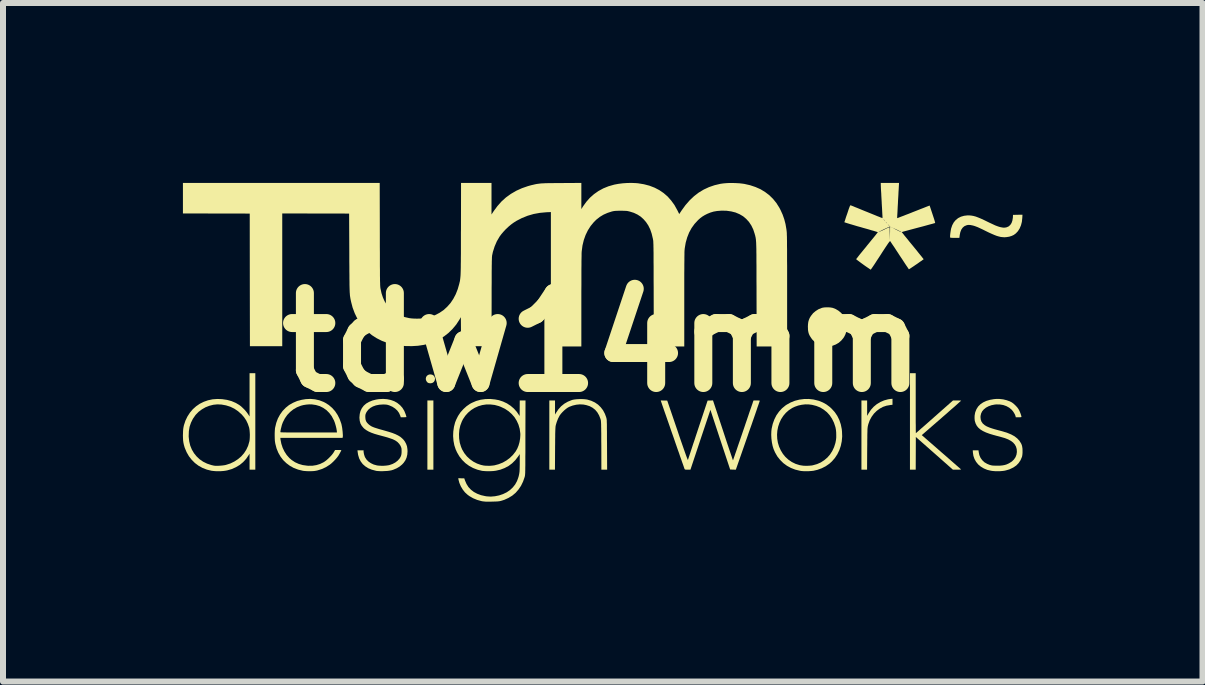
<source format=kicad_pcb>
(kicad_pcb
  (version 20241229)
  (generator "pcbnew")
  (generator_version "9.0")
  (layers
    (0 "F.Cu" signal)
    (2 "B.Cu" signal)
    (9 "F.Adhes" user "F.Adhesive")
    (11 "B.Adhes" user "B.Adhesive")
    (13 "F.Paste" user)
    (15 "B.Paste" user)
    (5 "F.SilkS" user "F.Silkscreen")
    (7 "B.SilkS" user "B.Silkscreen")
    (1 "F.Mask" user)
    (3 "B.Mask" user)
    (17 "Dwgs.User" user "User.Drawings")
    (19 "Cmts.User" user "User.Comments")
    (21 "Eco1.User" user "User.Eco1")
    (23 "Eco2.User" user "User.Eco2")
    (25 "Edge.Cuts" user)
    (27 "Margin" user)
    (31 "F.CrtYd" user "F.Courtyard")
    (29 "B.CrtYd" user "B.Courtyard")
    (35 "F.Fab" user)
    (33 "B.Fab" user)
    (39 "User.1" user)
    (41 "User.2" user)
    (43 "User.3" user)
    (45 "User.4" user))
  (footprint "tdw14mm"
    (layer "F.Cu")
    (at 6.998 2.658)
    (property "Reference" "tdw14mm" (at 0 0 0) (layer "F.SilkS") (effects (font (size 1.5 1.5) (thickness 0.3))))
    (attr board_only exclude_from_pos_files exclude_from_bom)
    (fp_poly (pts (xy -2.822 1.546) (xy -2.822 2.123) (xy -2.872 2.123) (xy -2.922 2.123) (xy -2.922 1.546) (xy -2.922 0.969) (xy -2.872 0.969) (xy -2.822 0.969)) (stroke (width 0) (type solid)) (fill yes) (layer "F.SilkS"))
    (fp_poly (pts (xy -2.843 0.539) (xy -2.82 0.552) (xy -2.804 0.572) (xy -2.796 0.597) (xy -2.795 0.609) (xy -2.8 0.636) (xy -2.813 0.658) (xy -2.833 0.674) (xy -2.86 0.682) (xy -2.872 0.683) (xy -2.897 0.68) (xy -2.915 0.673) (xy -2.931 0.657) (xy -2.943 0.636) (xy -2.949 0.612) (xy -2.949 0.609) (xy -2.944 0.581) (xy -2.931 0.559) (xy -2.91 0.543) (xy -2.884 0.535) (xy -2.872 0.535)) (stroke (width 0) (type solid)) (fill yes) (layer "F.SilkS"))
    (fp_poly (pts (xy 4.833 0.991) (xy 4.833 1.041) (xy 4.798 1.045) (xy 4.734 1.056) (xy 4.674 1.076) (xy 4.619 1.106) (xy 4.568 1.144) (xy 4.523 1.189) (xy 4.485 1.241) (xy 4.453 1.3) (xy 4.43 1.364) (xy 4.423 1.392) (xy 4.421 1.401) (xy 4.419 1.412) (xy 4.418 1.424) (xy 4.416 1.44) (xy 4.415 1.459) (xy 4.415 1.483) (xy 4.414 1.512) (xy 4.413 1.548) (xy 4.413 1.591) (xy 4.412 1.642) (xy 4.412 1.702) (xy 4.411 1.771) (xy 4.411 1.777) (xy 4.409 2.123) (xy 4.362 2.123) (xy 4.315 2.123) (xy 4.315 1.546) (xy 4.315 0.969) (xy 4.362 0.969) (xy 4.41 0.969) (xy 4.41 1.097) (xy 4.41 1.226) (xy 4.435 1.182) (xy 4.473 1.125) (xy 4.519 1.074) (xy 4.572 1.03) (xy 4.63 0.995) (xy 4.693 0.968) (xy 4.759 0.95) (xy 4.798 0.944) (xy 4.833 0.941)) (stroke (width 0) (type solid)) (fill yes) (layer "F.SilkS"))
    (fp_poly (pts (xy 3.767 -0.584) (xy 3.801 -0.581) (xy 3.83 -0.576) (xy 3.835 -0.575) (xy 3.886 -0.555) (xy 3.933 -0.527) (xy 3.974 -0.493) (xy 4.009 -0.454) (xy 4.029 -0.421) (xy 4.045 -0.389) (xy 4.056 -0.361) (xy 4.063 -0.335) (xy 4.067 -0.307) (xy 4.068 -0.274) (xy 4.068 -0.259) (xy 4.066 -0.212) (xy 4.06 -0.172) (xy 4.049 -0.136) (xy 4.032 -0.101) (xy 4.017 -0.076) (xy 3.98 -0.031) (xy 3.937 0.007) (xy 3.887 0.036) (xy 3.838 0.055) (xy 3.81 0.061) (xy 3.777 0.065) (xy 3.741 0.066) (xy 3.709 0.065) (xy 3.691 0.063) (xy 3.633 0.048) (xy 3.581 0.024) (xy 3.534 -0.009) (xy 3.493 -0.05) (xy 3.474 -0.077) (xy 3.453 -0.11) (xy 3.439 -0.14) (xy 3.43 -0.171) (xy 3.424 -0.206) (xy 3.423 -0.248) (xy 3.422 -0.257) (xy 3.424 -0.302) (xy 3.429 -0.341) (xy 3.439 -0.375) (xy 3.453 -0.408) (xy 3.474 -0.442) (xy 3.475 -0.443) (xy 3.509 -0.486) (xy 3.552 -0.522) (xy 3.599 -0.552) (xy 3.651 -0.573) (xy 3.669 -0.578) (xy 3.697 -0.582) (xy 3.731 -0.584)) (stroke (width 0) (type solid)) (fill yes) (layer "F.SilkS"))
    (fp_poly (pts (xy 5.22 1.014) (xy 5.22 1.086) (xy 5.22 1.154) (xy 5.22 1.219) (xy 5.22 1.28) (xy 5.22 1.335) (xy 5.221 1.384) (xy 5.221 1.426) (xy 5.221 1.461) (xy 5.222 1.488) (xy 5.222 1.505) (xy 5.222 1.514) (xy 5.222 1.514) (xy 5.227 1.511) (xy 5.238 1.501) (xy 5.257 1.485) (xy 5.281 1.464) (xy 5.311 1.437) (xy 5.346 1.407) (xy 5.385 1.373) (xy 5.428 1.335) (xy 5.473 1.295) (xy 5.522 1.252) (xy 5.533 1.242) (xy 5.842 0.969) (xy 5.909 0.969) (xy 5.935 0.969) (xy 5.956 0.97) (xy 5.97 0.971) (xy 5.977 0.973) (xy 5.977 0.973) (xy 5.973 0.977) (xy 5.961 0.987) (xy 5.943 1.003) (xy 5.919 1.025) (xy 5.889 1.052) (xy 5.854 1.083) (xy 5.814 1.117) (xy 5.771 1.155) (xy 5.725 1.196) (xy 5.675 1.239) (xy 5.649 1.262) (xy 5.321 1.547) (xy 5.592 1.783) (xy 5.656 1.839) (xy 5.713 1.888) (xy 5.762 1.931) (xy 5.805 1.969) (xy 5.842 2.001) (xy 5.873 2.028) (xy 5.899 2.051) (xy 5.92 2.069) (xy 5.937 2.084) (xy 5.951 2.096) (xy 5.961 2.105) (xy 5.968 2.111) (xy 5.972 2.116) (xy 5.975 2.118) (xy 5.976 2.12) (xy 5.977 2.121) (xy 5.977 2.121) (xy 5.972 2.121) (xy 5.958 2.122) (xy 5.938 2.123) (xy 5.913 2.123) (xy 5.908 2.123) (xy 5.84 2.123) (xy 5.531 1.85) (xy 5.222 1.578) (xy 5.221 1.85) (xy 5.22 2.123) (xy 5.172 2.123) (xy 5.124 2.123) (xy 5.124 1.318) (xy 5.124 0.514) (xy 5.172 0.514) (xy 5.22 0.514)) (stroke (width 0) (type solid)) (fill yes) (layer "F.SilkS"))
    (fp_poly (pts (xy 6.997 -2.074) (xy 6.99 -2.009) (xy 6.975 -1.951) (xy 6.953 -1.899) (xy 6.924 -1.853) (xy 6.889 -1.816) (xy 6.855 -1.791) (xy 6.821 -1.775) (xy 6.78 -1.762) (xy 6.737 -1.755) (xy 6.7 -1.752) (xy 6.669 -1.754) (xy 6.639 -1.757) (xy 6.606 -1.765) (xy 6.571 -1.775) (xy 6.532 -1.79) (xy 6.488 -1.809) (xy 6.437 -1.832) (xy 6.384 -1.858) (xy 6.334 -1.883) (xy 6.291 -1.903) (xy 6.254 -1.92) (xy 6.223 -1.932) (xy 6.195 -1.942) (xy 6.169 -1.949) (xy 6.163 -1.95) (xy 6.133 -1.956) (xy 6.11 -1.958) (xy 6.088 -1.957) (xy 6.065 -1.951) (xy 6.062 -1.95) (xy 6.029 -1.935) (xy 6.002 -1.911) (xy 5.98 -1.879) (xy 5.964 -1.838) (xy 5.954 -1.79) (xy 5.954 -1.789) (xy 5.948 -1.742) (xy 5.872 -1.742) (xy 5.842 -1.742) (xy 5.82 -1.743) (xy 5.806 -1.744) (xy 5.797 -1.746) (xy 5.794 -1.749) (xy 5.793 -1.749) (xy 5.793 -1.759) (xy 5.793 -1.776) (xy 5.795 -1.799) (xy 5.798 -1.825) (xy 5.802 -1.851) (xy 5.806 -1.876) (xy 5.81 -1.896) (xy 5.81 -1.897) (xy 5.829 -1.953) (xy 5.855 -2.001) (xy 5.888 -2.04) (xy 5.928 -2.072) (xy 5.974 -2.095) (xy 6.026 -2.11) (xy 6.083 -2.117) (xy 6.119 -2.116) (xy 6.151 -2.113) (xy 6.184 -2.107) (xy 6.221 -2.097) (xy 6.261 -2.082) (xy 6.307 -2.063) (xy 6.359 -2.039) (xy 6.396 -2.021) (xy 6.445 -1.997) (xy 6.486 -1.978) (xy 6.52 -1.962) (xy 6.548 -1.949) (xy 6.572 -1.94) (xy 6.594 -1.932) (xy 6.613 -1.926) (xy 6.631 -1.921) (xy 6.662 -1.915) (xy 6.686 -1.912) (xy 6.708 -1.913) (xy 6.73 -1.917) (xy 6.738 -1.919) (xy 6.771 -1.934) (xy 6.797 -1.958) (xy 6.818 -1.99) (xy 6.832 -2.031) (xy 6.84 -2.08) (xy 6.841 -2.099) (xy 6.842 -2.125) (xy 6.921 -2.127) (xy 7 -2.128)) (stroke (width 0) (type solid)) (fill yes) (layer "F.SilkS"))
    (fp_poly (pts (xy -0.303 0.948) (xy -0.269 0.952) (xy -0.257 0.954) (xy -0.19 0.974) (xy -0.13 1.002) (xy -0.077 1.038) (xy -0.032 1.082) (xy 0.007 1.133) (xy 0.038 1.192) (xy 0.059 1.249) (xy 0.061 1.257) (xy 0.063 1.264) (xy 0.065 1.272) (xy 0.066 1.28) (xy 0.068 1.291) (xy 0.069 1.305) (xy 0.069 1.323) (xy 0.07 1.344) (xy 0.071 1.371) (xy 0.071 1.403) (xy 0.071 1.442) (xy 0.072 1.488) (xy 0.072 1.543) (xy 0.072 1.606) (xy 0.073 1.679) (xy 0.073 1.706) (xy 0.075 2.123) (xy 0.027 2.123) (xy -0.021 2.123) (xy -0.022 1.719) (xy -0.023 1.644) (xy -0.023 1.579) (xy -0.023 1.523) (xy -0.024 1.475) (xy -0.024 1.435) (xy -0.025 1.402) (xy -0.025 1.374) (xy -0.026 1.352) (xy -0.027 1.334) (xy -0.028 1.32) (xy -0.029 1.308) (xy -0.03 1.299) (xy -0.032 1.291) (xy -0.034 1.284) (xy -0.036 1.277) (xy -0.036 1.277) (xy -0.059 1.218) (xy -0.088 1.168) (xy -0.124 1.125) (xy -0.167 1.091) (xy -0.217 1.064) (xy -0.274 1.046) (xy -0.321 1.037) (xy -0.38 1.034) (xy -0.44 1.04) (xy -0.5 1.054) (xy -0.556 1.075) (xy -0.582 1.089) (xy -0.609 1.108) (xy -0.639 1.133) (xy -0.668 1.161) (xy -0.695 1.191) (xy -0.716 1.219) (xy -0.721 1.228) (xy -0.745 1.275) (xy -0.765 1.327) (xy -0.781 1.38) (xy -0.781 1.382) (xy -0.783 1.391) (xy -0.785 1.401) (xy -0.786 1.413) (xy -0.787 1.428) (xy -0.788 1.446) (xy -0.789 1.469) (xy -0.79 1.497) (xy -0.791 1.532) (xy -0.791 1.573) (xy -0.792 1.623) (xy -0.792 1.68) (xy -0.793 1.748) (xy -0.793 1.772) (xy -0.795 2.123) (xy -0.842 2.123) (xy -0.889 2.123) (xy -0.889 1.546) (xy -0.889 0.969) (xy -0.842 0.969) (xy -0.794 0.969) (xy -0.794 1.087) (xy -0.794 1.204) (xy -0.777 1.175) (xy -0.738 1.117) (xy -0.692 1.066) (xy -0.639 1.023) (xy -0.58 0.989) (xy -0.515 0.963) (xy -0.495 0.957) (xy -0.465 0.952) (xy -0.427 0.948) (xy -0.386 0.946) (xy -0.343 0.946)) (stroke (width 0) (type solid)) (fill yes) (layer "F.SilkS"))
    (fp_poly (pts (xy 3.516 0.953) (xy 3.593 0.972) (xy 3.607 0.976) (xy 3.673 1.003) (xy 3.732 1.036) (xy 3.788 1.078) (xy 3.818 1.106) (xy 3.869 1.162) (xy 3.912 1.225) (xy 3.946 1.294) (xy 3.971 1.368) (xy 3.987 1.447) (xy 3.991 1.486) (xy 3.994 1.569) (xy 3.987 1.649) (xy 3.971 1.726) (xy 3.946 1.799) (xy 3.913 1.867) (xy 3.872 1.929) (xy 3.823 1.985) (xy 3.78 2.024) (xy 3.719 2.066) (xy 3.652 2.1) (xy 3.58 2.126) (xy 3.516 2.141) (xy 3.48 2.145) (xy 3.438 2.148) (xy 3.394 2.149) (xy 3.351 2.148) (xy 3.312 2.145) (xy 3.289 2.141) (xy 3.211 2.122) (xy 3.139 2.094) (xy 3.073 2.058) (xy 3.012 2.013) (xy 2.959 1.96) (xy 2.912 1.901) (xy 2.874 1.834) (xy 2.85 1.779) (xy 2.834 1.727) (xy 2.822 1.668) (xy 2.814 1.605) (xy 2.811 1.542) (xy 2.811 1.54) (xy 2.908 1.54) (xy 2.911 1.607) (xy 2.922 1.674) (xy 2.942 1.739) (xy 2.97 1.801) (xy 3.006 1.86) (xy 3.046 1.909) (xy 3.097 1.956) (xy 3.154 1.995) (xy 3.217 2.026) (xy 3.284 2.047) (xy 3.306 2.051) (xy 3.347 2.057) (xy 3.395 2.059) (xy 3.443 2.057) (xy 3.488 2.053) (xy 3.507 2.049) (xy 3.575 2.03) (xy 3.638 2.002) (xy 3.695 1.965) (xy 3.747 1.921) (xy 3.792 1.869) (xy 3.829 1.811) (xy 3.859 1.747) (xy 3.881 1.678) (xy 3.891 1.626) (xy 3.895 1.588) (xy 3.895 1.546) (xy 3.894 1.501) (xy 3.89 1.459) (xy 3.883 1.422) (xy 3.881 1.413) (xy 3.857 1.34) (xy 3.825 1.275) (xy 3.786 1.216) (xy 3.74 1.165) (xy 3.686 1.122) (xy 3.627 1.086) (xy 3.562 1.06) (xy 3.492 1.042) (xy 3.436 1.035) (xy 3.379 1.034) (xy 3.319 1.041) (xy 3.26 1.054) (xy 3.204 1.074) (xy 3.162 1.094) (xy 3.105 1.131) (xy 3.054 1.176) (xy 3.011 1.227) (xy 2.975 1.283) (xy 2.947 1.344) (xy 2.926 1.407) (xy 2.913 1.473) (xy 2.908 1.54) (xy 2.811 1.54) (xy 2.813 1.481) (xy 2.818 1.439) (xy 2.836 1.36) (xy 2.863 1.285) (xy 2.897 1.217) (xy 2.94 1.156) (xy 2.99 1.101) (xy 3.048 1.053) (xy 3.067 1.04) (xy 3.134 1.003) (xy 3.206 0.974) (xy 3.281 0.955) (xy 3.359 0.945) (xy 3.437 0.944)) (stroke (width 0) (type solid)) (fill yes) (layer "F.SilkS"))
    (fp_poly (pts (xy 2.006 1.469) (xy 2.029 1.539) (xy 2.051 1.606) (xy 2.072 1.67) (xy 2.092 1.729) (xy 2.11 1.783) (xy 2.127 1.832) (xy 2.141 1.874) (xy 2.153 1.909) (xy 2.162 1.937) (xy 2.169 1.956) (xy 2.173 1.967) (xy 2.173 1.968) (xy 2.175 1.963) (xy 2.18 1.949) (xy 2.188 1.926) (xy 2.199 1.895) (xy 2.212 1.856) (xy 2.228 1.811) (xy 2.245 1.76) (xy 2.264 1.704) (xy 2.285 1.644) (xy 2.307 1.579) (xy 2.33 1.512) (xy 2.339 1.485) (xy 2.363 1.416) (xy 2.385 1.35) (xy 2.407 1.286) (xy 2.427 1.227) (xy 2.445 1.173) (xy 2.462 1.124) (xy 2.477 1.082) (xy 2.489 1.046) (xy 2.499 1.018) (xy 2.505 0.998) (xy 2.509 0.987) (xy 2.509 0.986) (xy 2.516 0.969) (xy 2.568 0.969) (xy 2.59 0.969) (xy 2.608 0.97) (xy 2.618 0.972) (xy 2.62 0.973) (xy 2.619 0.978) (xy 2.614 0.993) (xy 2.606 1.016) (xy 2.595 1.048) (xy 2.581 1.087) (xy 2.566 1.133) (xy 2.548 1.185) (xy 2.528 1.243) (xy 2.506 1.306) (xy 2.483 1.373) (xy 2.458 1.443) (xy 2.432 1.517) (xy 2.421 1.55) (xy 2.221 2.123) (xy 2.174 2.122) (xy 2.126 2.12) (xy 1.961 1.623) (xy 1.797 1.125) (xy 1.63 1.624) (xy 1.464 2.123) (xy 1.417 2.123) (xy 1.395 2.123) (xy 1.381 2.122) (xy 1.373 2.119) (xy 1.368 2.115) (xy 1.366 2.111) (xy 1.363 2.105) (xy 1.358 2.089) (xy 1.35 2.066) (xy 1.339 2.034) (xy 1.325 1.996) (xy 1.31 1.952) (xy 1.292 1.902) (xy 1.274 1.848) (xy 1.253 1.79) (xy 1.232 1.729) (xy 1.21 1.666) (xy 1.188 1.601) (xy 1.165 1.536) (xy 1.142 1.471) (xy 1.12 1.406) (xy 1.098 1.343) (xy 1.077 1.283) (xy 1.057 1.225) (xy 1.038 1.172) (xy 1.021 1.123) (xy 1.006 1.079) (xy 0.993 1.042) (xy 0.983 1.012) (xy 0.975 0.989) (xy 0.97 0.975) (xy 0.969 0.97) (xy 0.974 0.969) (xy 0.987 0.969) (xy 1.006 0.97) (xy 1.023 0.97) (xy 1.077 0.971) (xy 1.248 1.472) (xy 1.278 1.562) (xy 1.306 1.643) (xy 1.331 1.715) (xy 1.353 1.778) (xy 1.372 1.832) (xy 1.388 1.877) (xy 1.401 1.913) (xy 1.411 1.939) (xy 1.418 1.955) (xy 1.421 1.961) (xy 1.422 1.961) (xy 1.424 1.955) (xy 1.429 1.939) (xy 1.437 1.915) (xy 1.448 1.882) (xy 1.461 1.843) (xy 1.476 1.797) (xy 1.493 1.745) (xy 1.512 1.687) (xy 1.533 1.626) (xy 1.554 1.561) (xy 1.577 1.492) (xy 1.587 1.461) (xy 1.75 0.971) (xy 1.795 0.97) (xy 1.84 0.968)) (stroke (width 0) (type solid)) (fill yes) (layer "F.SilkS"))
    (fp_poly (pts (xy -5.791 1.318) (xy -5.791 2.123) (xy -5.839 2.123) (xy -5.887 2.123) (xy -5.887 1.989) (xy -5.887 1.856) (xy -5.901 1.879) (xy -5.944 1.942) (xy -5.994 1.997) (xy -6.051 2.044) (xy -6.115 2.082) (xy -6.184 2.113) (xy -6.26 2.135) (xy -6.293 2.141) (xy -6.325 2.145) (xy -6.364 2.148) (xy -6.407 2.149) (xy -6.449 2.148) (xy -6.488 2.145) (xy -6.521 2.141) (xy -6.522 2.141) (xy -6.599 2.122) (xy -6.671 2.094) (xy -6.738 2.057) (xy -6.798 2.012) (xy -6.851 1.959) (xy -6.898 1.899) (xy -6.936 1.833) (xy -6.967 1.76) (xy -6.971 1.747) (xy -6.982 1.709) (xy -6.99 1.672) (xy -6.995 1.635) (xy -6.997 1.594) (xy -6.998 1.557) (xy -6.902 1.557) (xy -6.902 1.574) (xy -6.893 1.651) (xy -6.876 1.722) (xy -6.849 1.788) (xy -6.813 1.849) (xy -6.77 1.902) (xy -6.719 1.95) (xy -6.661 1.99) (xy -6.596 2.022) (xy -6.524 2.046) (xy -6.48 2.056) (xy -6.461 2.058) (xy -6.435 2.058) (xy -6.404 2.058) (xy -6.371 2.056) (xy -6.338 2.053) (xy -6.309 2.049) (xy -6.287 2.045) (xy -6.283 2.044) (xy -6.208 2.02) (xy -6.14 1.987) (xy -6.079 1.947) (xy -6.025 1.901) (xy -5.979 1.848) (xy -5.941 1.789) (xy -5.911 1.724) (xy -5.891 1.655) (xy -5.889 1.647) (xy -5.885 1.617) (xy -5.883 1.581) (xy -5.882 1.541) (xy -5.884 1.501) (xy -5.887 1.464) (xy -5.892 1.433) (xy -5.894 1.422) (xy -5.916 1.358) (xy -5.943 1.301) (xy -5.978 1.249) (xy -6.021 1.199) (xy -6.022 1.199) (xy -6.079 1.148) (xy -6.141 1.106) (xy -6.207 1.074) (xy -6.279 1.051) (xy -6.356 1.037) (xy -6.357 1.037) (xy -6.424 1.034) (xy -6.492 1.041) (xy -6.558 1.058) (xy -6.622 1.083) (xy -6.681 1.117) (xy -6.736 1.158) (xy -6.784 1.207) (xy -6.791 1.216) (xy -6.832 1.275) (xy -6.864 1.34) (xy -6.887 1.408) (xy -6.899 1.48) (xy -6.902 1.557) (xy -6.998 1.557) (xy -6.998 1.546) (xy -6.997 1.521) (xy -6.996 1.483) (xy -6.994 1.454) (xy -6.991 1.43) (xy -6.987 1.408) (xy -6.982 1.385) (xy -6.981 1.381) (xy -6.956 1.305) (xy -6.922 1.235) (xy -6.881 1.172) (xy -6.833 1.115) (xy -6.778 1.066) (xy -6.717 1.024) (xy -6.65 0.991) (xy -6.579 0.966) (xy -6.504 0.95) (xy -6.425 0.944) (xy -6.346 0.947) (xy -6.264 0.959) (xy -6.187 0.98) (xy -6.117 1.01) (xy -6.061 1.043) (xy -6.03 1.066) (xy -5.998 1.096) (xy -5.965 1.129) (xy -5.936 1.164) (xy -5.914 1.194) (xy -5.887 1.236) (xy -5.887 0.875) (xy -5.887 0.514) (xy -5.839 0.514) (xy -5.791 0.514)) (stroke (width 0) (type solid)) (fill yes) (layer "F.SilkS"))
    (fp_poly (pts (xy -4.796 0.95) (xy -4.724 0.966) (xy -4.656 0.992) (xy -4.628 1.006) (xy -4.566 1.045) (xy -4.51 1.093) (xy -4.461 1.148) (xy -4.419 1.211) (xy -4.385 1.279) (xy -4.358 1.354) (xy -4.354 1.369) (xy -4.349 1.394) (xy -4.343 1.425) (xy -4.339 1.459) (xy -4.335 1.492) (xy -4.333 1.524) (xy -4.331 1.551) (xy -4.332 1.57) (xy -4.333 1.575) (xy -4.336 1.593) (xy -4.855 1.593) (xy -5.374 1.593) (xy -5.371 1.621) (xy -5.357 1.692) (xy -5.335 1.759) (xy -5.305 1.821) (xy -5.268 1.878) (xy -5.224 1.928) (xy -5.186 1.961) (xy -5.129 1.999) (xy -5.067 2.027) (xy -5.001 2.046) (xy -4.93 2.056) (xy -4.907 2.058) (xy -4.837 2.057) (xy -4.773 2.047) (xy -4.712 2.028) (xy -4.654 2) (xy -4.632 1.986) (xy -4.603 1.964) (xy -4.572 1.936) (xy -4.541 1.905) (xy -4.513 1.874) (xy -4.49 1.844) (xy -4.482 1.83) (xy -4.461 1.795) (xy -4.409 1.795) (xy -4.387 1.795) (xy -4.37 1.796) (xy -4.359 1.797) (xy -4.357 1.797) (xy -4.359 1.805) (xy -4.366 1.819) (xy -4.376 1.837) (xy -4.387 1.858) (xy -4.399 1.878) (xy -4.409 1.895) (xy -4.411 1.897) (xy -4.433 1.926) (xy -4.46 1.957) (xy -4.49 1.988) (xy -4.521 2.017) (xy -4.547 2.038) (xy -4.612 2.08) (xy -4.681 2.112) (xy -4.753 2.135) (xy -4.78 2.141) (xy -4.814 2.146) (xy -4.854 2.148) (xy -4.898 2.149) (xy -4.942 2.147) (xy -4.981 2.144) (xy -5 2.141) (xy -5.077 2.122) (xy -5.149 2.095) (xy -5.214 2.059) (xy -5.273 2.015) (xy -5.326 1.964) (xy -5.371 1.905) (xy -5.408 1.84) (xy -5.437 1.769) (xy -5.457 1.692) (xy -5.46 1.676) (xy -5.465 1.643) (xy -5.467 1.603) (xy -5.468 1.559) (xy -5.468 1.514) (xy -5.467 1.496) (xy -5.373 1.496) (xy -5.372 1.497) (xy -5.368 1.499) (xy -5.36 1.5) (xy -5.348 1.5) (xy -5.331 1.501) (xy -5.309 1.502) (xy -5.281 1.502) (xy -5.246 1.503) (xy -5.204 1.503) (xy -5.155 1.503) (xy -5.097 1.503) (xy -5.029 1.503) (xy -4.953 1.503) (xy -4.901 1.503) (xy -4.43 1.503) (xy -4.433 1.471) (xy -4.44 1.431) (xy -4.451 1.387) (xy -4.464 1.343) (xy -4.479 1.303) (xy -4.484 1.294) (xy -4.518 1.23) (xy -4.559 1.176) (xy -4.605 1.13) (xy -4.658 1.093) (xy -4.716 1.064) (xy -4.78 1.045) (xy -4.847 1.035) (xy -4.891 1.034) (xy -4.94 1.038) (xy -4.99 1.046) (xy -5.032 1.057) (xy -5.097 1.083) (xy -5.156 1.117) (xy -5.21 1.16) (xy -5.258 1.21) (xy -5.298 1.267) (xy -5.331 1.331) (xy -5.345 1.368) (xy -5.351 1.388) (xy -5.357 1.413) (xy -5.364 1.439) (xy -5.369 1.464) (xy -5.372 1.484) (xy -5.373 1.496) (xy -5.467 1.496) (xy -5.466 1.472) (xy -5.463 1.435) (xy -5.461 1.423) (xy -5.442 1.343) (xy -5.415 1.27) (xy -5.379 1.204) (xy -5.336 1.144) (xy -5.285 1.091) (xy -5.228 1.045) (xy -5.163 1.008) (xy -5.093 0.978) (xy -5.017 0.958) (xy -4.95 0.947) (xy -4.872 0.943)) (stroke (width 0) (type solid)) (fill yes) (layer "F.SilkS"))
    (fp_poly (pts (xy 6.679 0.951) (xy 6.736 0.965) (xy 6.789 0.984) (xy 6.822 1.001) (xy 6.852 1.023) (xy 6.883 1.052) (xy 6.912 1.083) (xy 6.935 1.115) (xy 6.936 1.118) (xy 6.946 1.136) (xy 6.957 1.16) (xy 6.967 1.185) (xy 6.975 1.209) (xy 6.981 1.229) (xy 6.983 1.242) (xy 6.981 1.245) (xy 6.973 1.248) (xy 6.959 1.249) (xy 6.935 1.249) (xy 6.888 1.249) (xy 6.885 1.232) (xy 6.876 1.207) (xy 6.861 1.179) (xy 6.842 1.15) (xy 6.821 1.125) (xy 6.818 1.122) (xy 6.778 1.089) (xy 6.731 1.063) (xy 6.679 1.045) (xy 6.624 1.036) (xy 6.567 1.035) (xy 6.541 1.037) (xy 6.484 1.048) (xy 6.434 1.066) (xy 6.391 1.089) (xy 6.356 1.117) (xy 6.328 1.15) (xy 6.31 1.187) (xy 6.301 1.227) (xy 6.3 1.246) (xy 6.304 1.286) (xy 6.316 1.321) (xy 6.337 1.352) (xy 6.368 1.379) (xy 6.38 1.387) (xy 6.4 1.399) (xy 6.424 1.41) (xy 6.453 1.422) (xy 6.488 1.434) (xy 6.53 1.447) (xy 6.581 1.461) (xy 6.599 1.466) (xy 6.634 1.475) (xy 6.67 1.485) (xy 6.702 1.495) (xy 6.73 1.503) (xy 6.747 1.509) (xy 6.812 1.536) (xy 6.867 1.566) (xy 6.913 1.602) (xy 6.95 1.642) (xy 6.978 1.687) (xy 6.989 1.713) (xy 6.995 1.738) (xy 7 1.771) (xy 7.001 1.807) (xy 7.001 1.844) (xy 6.998 1.877) (xy 6.993 1.905) (xy 6.991 1.911) (xy 6.968 1.965) (xy 6.936 2.013) (xy 6.897 2.053) (xy 6.849 2.086) (xy 6.793 2.113) (xy 6.782 2.118) (xy 6.755 2.126) (xy 6.724 2.135) (xy 6.697 2.141) (xy 6.665 2.145) (xy 6.627 2.148) (xy 6.585 2.149) (xy 6.543 2.148) (xy 6.505 2.145) (xy 6.476 2.141) (xy 6.412 2.126) (xy 6.355 2.102) (xy 6.305 2.072) (xy 6.262 2.036) (xy 6.227 1.993) (xy 6.2 1.945) (xy 6.182 1.893) (xy 6.174 1.841) (xy 6.171 1.8) (xy 6.219 1.8) (xy 6.267 1.8) (xy 6.27 1.828) (xy 6.281 1.88) (xy 6.301 1.926) (xy 6.33 1.966) (xy 6.366 2) (xy 6.411 2.026) (xy 6.45 2.042) (xy 6.467 2.047) (xy 6.483 2.051) (xy 6.499 2.054) (xy 6.517 2.055) (xy 6.542 2.056) (xy 6.574 2.056) (xy 6.578 2.056) (xy 6.625 2.056) (xy 6.665 2.052) (xy 6.699 2.046) (xy 6.731 2.037) (xy 6.763 2.023) (xy 6.782 2.013) (xy 6.824 1.986) (xy 6.858 1.953) (xy 6.884 1.915) (xy 6.9 1.873) (xy 6.907 1.829) (xy 6.904 1.782) (xy 6.904 1.78) (xy 6.892 1.739) (xy 6.872 1.703) (xy 6.844 1.671) (xy 6.807 1.643) (xy 6.761 1.618) (xy 6.705 1.596) (xy 6.662 1.584) (xy 6.635 1.576) (xy 6.602 1.567) (xy 6.566 1.558) (xy 6.531 1.548) (xy 6.522 1.546) (xy 6.452 1.525) (xy 6.392 1.503) (xy 6.341 1.479) (xy 6.299 1.453) (xy 6.265 1.424) (xy 6.239 1.392) (xy 6.22 1.356) (xy 6.207 1.316) (xy 6.204 1.302) (xy 6.201 1.264) (xy 6.202 1.222) (xy 6.209 1.181) (xy 6.213 1.164) (xy 6.233 1.114) (xy 6.261 1.07) (xy 6.298 1.033) (xy 6.343 1.002) (xy 6.396 0.977) (xy 6.456 0.959) (xy 6.524 0.947) (xy 6.558 0.944) (xy 6.618 0.944)) (stroke (width 0) (type solid)) (fill yes) (layer "F.SilkS"))
    (fp_poly (pts (xy -3.594 0.948) (xy -3.532 0.961) (xy -3.474 0.982) (xy -3.423 1.011) (xy -3.377 1.048) (xy -3.338 1.092) (xy -3.307 1.143) (xy -3.284 1.2) (xy -3.283 1.204) (xy -3.277 1.222) (xy -3.273 1.237) (xy -3.272 1.244) (xy -3.272 1.245) (xy -3.277 1.247) (xy -3.29 1.248) (xy -3.309 1.249) (xy -3.319 1.249) (xy -3.366 1.249) (xy -3.375 1.222) (xy -3.395 1.177) (xy -3.424 1.137) (xy -3.461 1.103) (xy -3.505 1.074) (xy -3.555 1.052) (xy -3.56 1.05) (xy -3.582 1.043) (xy -3.601 1.039) (xy -3.622 1.037) (xy -3.648 1.036) (xy -3.663 1.036) (xy -3.724 1.04) (xy -3.78 1.051) (xy -3.83 1.069) (xy -3.872 1.093) (xy -3.908 1.124) (xy -3.935 1.16) (xy -3.942 1.173) (xy -3.95 1.191) (xy -3.955 1.207) (xy -3.957 1.226) (xy -3.957 1.247) (xy -3.954 1.283) (xy -3.945 1.314) (xy -3.928 1.34) (xy -3.907 1.362) (xy -3.891 1.376) (xy -3.874 1.388) (xy -3.855 1.4) (xy -3.831 1.411) (xy -3.803 1.422) (xy -3.768 1.433) (xy -3.727 1.446) (xy -3.677 1.46) (xy -3.634 1.472) (xy -3.565 1.492) (xy -3.506 1.511) (xy -3.455 1.531) (xy -3.412 1.552) (xy -3.375 1.574) (xy -3.345 1.599) (xy -3.319 1.625) (xy -3.298 1.653) (xy -3.277 1.692) (xy -3.262 1.733) (xy -3.255 1.78) (xy -3.253 1.816) (xy -3.257 1.872) (xy -3.269 1.922) (xy -3.289 1.967) (xy -3.318 2.009) (xy -3.343 2.036) (xy -3.385 2.071) (xy -3.434 2.1) (xy -3.49 2.124) (xy -3.523 2.134) (xy -3.551 2.139) (xy -3.586 2.144) (xy -3.626 2.146) (xy -3.667 2.148) (xy -3.708 2.148) (xy -3.745 2.146) (xy -3.775 2.143) (xy -3.782 2.141) (xy -3.849 2.123) (xy -3.908 2.099) (xy -3.958 2.067) (xy -4 2.03) (xy -4.034 1.985) (xy -4.06 1.934) (xy -4.077 1.877) (xy -4.084 1.833) (xy -4.088 1.8) (xy -4.037 1.8) (xy -3.986 1.8) (xy -3.986 1.82) (xy -3.983 1.845) (xy -3.976 1.876) (xy -3.966 1.906) (xy -3.96 1.919) (xy -3.936 1.956) (xy -3.904 1.988) (xy -3.864 2.015) (xy -3.818 2.037) (xy -3.767 2.051) (xy -3.764 2.052) (xy -3.731 2.056) (xy -3.692 2.058) (xy -3.651 2.058) (xy -3.61 2.055) (xy -3.574 2.05) (xy -3.555 2.046) (xy -3.503 2.028) (xy -3.458 2.004) (xy -3.419 1.974) (xy -3.388 1.94) (xy -3.371 1.913) (xy -3.362 1.893) (xy -3.357 1.876) (xy -3.354 1.857) (xy -3.352 1.831) (xy -3.352 1.83) (xy -3.352 1.805) (xy -3.353 1.782) (xy -3.355 1.764) (xy -3.356 1.76) (xy -3.37 1.725) (xy -3.392 1.692) (xy -3.421 1.662) (xy -3.428 1.657) (xy -3.444 1.645) (xy -3.46 1.635) (xy -3.478 1.626) (xy -3.499 1.616) (xy -3.524 1.607) (xy -3.554 1.597) (xy -3.59 1.585) (xy -3.633 1.573) (xy -3.685 1.559) (xy -3.741 1.544) (xy -3.803 1.526) (xy -3.856 1.507) (xy -3.901 1.487) (xy -3.939 1.465) (xy -3.972 1.441) (xy -3.988 1.426) (xy -4.017 1.391) (xy -4.038 1.353) (xy -4.05 1.31) (xy -4.055 1.26) (xy -4.055 1.252) (xy -4.05 1.195) (xy -4.037 1.143) (xy -4.014 1.097) (xy -3.983 1.056) (xy -3.943 1.021) (xy -3.895 0.993) (xy -3.839 0.97) (xy -3.776 0.954) (xy -3.732 0.947) (xy -3.661 0.943)) (stroke (width 0) (type solid)) (fill yes) (layer "F.SilkS"))
    (fp_poly (pts (xy -1.794 0.952) (xy -1.731 0.964) (xy -1.661 0.987) (xy -1.595 1.018) (xy -1.534 1.058) (xy -1.479 1.105) (xy -1.431 1.159) (xy -1.412 1.187) (xy -1.384 1.228) (xy -1.383 1.099) (xy -1.382 0.969) (xy -1.334 0.969) (xy -1.286 0.969) (xy -1.288 1.587) (xy -1.288 1.681) (xy -1.288 1.765) (xy -1.288 1.839) (xy -1.289 1.905) (xy -1.289 1.963) (xy -1.289 2.013) (xy -1.289 2.056) (xy -1.29 2.092) (xy -1.29 2.123) (xy -1.291 2.149) (xy -1.291 2.17) (xy -1.292 2.187) (xy -1.293 2.201) (xy -1.294 2.212) (xy -1.295 2.221) (xy -1.296 2.229) (xy -1.298 2.235) (xy -1.299 2.241) (xy -1.3 2.245) (xy -1.327 2.322) (xy -1.361 2.392) (xy -1.403 2.454) (xy -1.451 2.509) (xy -1.507 2.556) (xy -1.57 2.594) (xy -1.64 2.626) (xy -1.691 2.642) (xy -1.707 2.646) (xy -1.722 2.649) (xy -1.739 2.651) (xy -1.759 2.653) (xy -1.785 2.654) (xy -1.818 2.655) (xy -1.853 2.656) (xy -1.894 2.656) (xy -1.926 2.656) (xy -1.951 2.656) (xy -1.972 2.654) (xy -1.99 2.652) (xy -2.007 2.65) (xy -2.021 2.647) (xy -2.093 2.627) (xy -2.16 2.599) (xy -2.221 2.564) (xy -2.251 2.542) (xy -2.295 2.502) (xy -2.333 2.454) (xy -2.365 2.4) (xy -2.389 2.343) (xy -2.403 2.291) (xy -2.407 2.265) (xy -2.357 2.267) (xy -2.307 2.268) (xy -2.295 2.303) (xy -2.27 2.361) (xy -2.238 2.412) (xy -2.197 2.456) (xy -2.148 2.494) (xy -2.092 2.524) (xy -2.028 2.548) (xy -1.957 2.564) (xy -1.932 2.568) (xy -1.864 2.572) (xy -1.795 2.566) (xy -1.726 2.552) (xy -1.661 2.53) (xy -1.599 2.5) (xy -1.545 2.463) (xy -1.498 2.419) (xy -1.459 2.37) (xy -1.428 2.314) (xy -1.409 2.263) (xy -1.401 2.237) (xy -1.395 2.212) (xy -1.39 2.186) (xy -1.386 2.157) (xy -1.384 2.124) (xy -1.383 2.085) (xy -1.382 2.038) (xy -1.382 1.998) (xy -1.382 1.863) (xy -1.409 1.903) (xy -1.456 1.964) (xy -1.509 2.017) (xy -1.568 2.061) (xy -1.634 2.096) (xy -1.705 2.123) (xy -1.783 2.141) (xy -1.786 2.141) (xy -1.825 2.146) (xy -1.869 2.148) (xy -1.915 2.149) (xy -1.96 2.147) (xy -1.999 2.144) (xy -2.013 2.142) (xy -2.089 2.123) (xy -2.161 2.095) (xy -2.227 2.059) (xy -2.288 2.014) (xy -2.342 1.961) (xy -2.389 1.901) (xy -2.428 1.834) (xy -2.45 1.786) (xy -2.473 1.716) (xy -2.487 1.641) (xy -2.493 1.564) (xy -2.492 1.529) (xy -2.395 1.529) (xy -2.393 1.601) (xy -2.382 1.673) (xy -2.361 1.742) (xy -2.341 1.789) (xy -2.306 1.848) (xy -2.263 1.902) (xy -2.212 1.949) (xy -2.156 1.989) (xy -2.094 2.021) (xy -2.028 2.044) (xy -1.982 2.054) (xy -1.951 2.057) (xy -1.914 2.058) (xy -1.875 2.058) (xy -1.838 2.055) (xy -1.806 2.051) (xy -1.805 2.051) (xy -1.734 2.032) (xy -1.666 2.005) (xy -1.603 1.969) (xy -1.546 1.926) (xy -1.495 1.876) (xy -1.451 1.82) (xy -1.423 1.771) (xy -1.402 1.72) (xy -1.386 1.663) (xy -1.376 1.603) (xy -1.372 1.544) (xy -1.373 1.516) (xy -1.383 1.442) (xy -1.403 1.373) (xy -1.432 1.309) (xy -1.469 1.249) (xy -1.515 1.196) (xy -1.568 1.149) (xy -1.629 1.108) (xy -1.697 1.076) (xy -1.73 1.063) (xy -1.8 1.044) (xy -1.871 1.036) (xy -1.941 1.036) (xy -2.008 1.046) (xy -2.073 1.065) (xy -2.135 1.093) (xy -2.192 1.129) (xy -2.244 1.173) (xy -2.29 1.224) (xy -2.329 1.282) (xy -2.348 1.32) (xy -2.373 1.386) (xy -2.389 1.456) (xy -2.395 1.529) (xy -2.492 1.529) (xy -2.49 1.486) (xy -2.479 1.409) (xy -2.46 1.335) (xy -2.443 1.292) (xy -2.411 1.228) (xy -2.371 1.168) (xy -2.323 1.114) (xy -2.269 1.065) (xy -2.211 1.025) (xy -2.181 1.009) (xy -2.11 0.978) (xy -2.034 0.957) (xy -1.955 0.946) (xy -1.875 0.944)) (stroke (width 0) (type solid)) (fill yes) (layer "F.SilkS"))
    (fp_poly (pts (xy 4.94 -2.624) (xy 4.938 -2.59) (xy 4.936 -2.549) (xy 4.933 -2.505) (xy 4.931 -2.458) (xy 4.928 -2.409) (xy 4.925 -2.36) (xy 4.923 -2.311) (xy 4.92 -2.263) (xy 4.918 -2.219) (xy 4.916 -2.178) (xy 4.914 -2.142) (xy 4.912 -2.112) (xy 4.911 -2.089) (xy 4.911 -2.075) (xy 4.911 -2.071) (xy 4.916 -2.072) (xy 4.93 -2.077) (xy 4.952 -2.086) (xy 4.981 -2.097) (xy 5.016 -2.11) (xy 5.056 -2.126) (xy 5.101 -2.143) (xy 5.149 -2.162) (xy 5.168 -2.17) (xy 5.217 -2.189) (xy 5.265 -2.208) (xy 5.308 -2.225) (xy 5.347 -2.24) (xy 5.38 -2.253) (xy 5.407 -2.264) (xy 5.426 -2.271) (xy 5.436 -2.275) (xy 5.438 -2.276) (xy 5.452 -2.281) (xy 5.5 -2.137) (xy 5.512 -2.1) (xy 5.523 -2.067) (xy 5.532 -2.038) (xy 5.539 -2.014) (xy 5.543 -1.998) (xy 5.544 -1.991) (xy 5.544 -1.99) (xy 5.538 -1.988) (xy 5.523 -1.984) (xy 5.5 -1.977) (xy 5.469 -1.969) (xy 5.432 -1.959) (xy 5.389 -1.947) (xy 5.342 -1.934) (xy 5.292 -1.921) (xy 5.265 -1.914) (xy 5.213 -1.9) (xy 5.164 -1.887) (xy 5.119 -1.875) (xy 5.079 -1.864) (xy 5.045 -1.855) (xy 5.018 -1.848) (xy 4.999 -1.842) (xy 4.989 -1.839) (xy 4.988 -1.839) (xy 4.99 -1.835) (xy 4.999 -1.823) (xy 5.014 -1.805) (xy 5.033 -1.78) (xy 5.057 -1.751) (xy 5.085 -1.717) (xy 5.115 -1.679) (xy 5.148 -1.639) (xy 5.169 -1.614) (xy 5.203 -1.572) (xy 5.236 -1.532) (xy 5.265 -1.495) (xy 5.291 -1.463) (xy 5.314 -1.435) (xy 5.331 -1.413) (xy 5.344 -1.397) (xy 5.351 -1.388) (xy 5.352 -1.386) (xy 5.348 -1.382) (xy 5.336 -1.374) (xy 5.319 -1.361) (xy 5.296 -1.346) (xy 5.271 -1.328) (xy 5.243 -1.308) (xy 5.214 -1.289) (xy 5.187 -1.27) (xy 5.161 -1.253) (xy 5.139 -1.238) (xy 5.122 -1.227) (xy 5.11 -1.22) (xy 5.107 -1.218) (xy 5.103 -1.222) (xy 5.095 -1.234) (xy 5.082 -1.254) (xy 5.064 -1.28) (xy 5.043 -1.311) (xy 5.019 -1.348) (xy 4.993 -1.388) (xy 4.964 -1.431) (xy 4.952 -1.449) (xy 4.923 -1.494) (xy 4.895 -1.536) (xy 4.87 -1.575) (xy 4.847 -1.609) (xy 4.827 -1.638) (xy 4.812 -1.661) (xy 4.801 -1.678) (xy 4.795 -1.687) (xy 4.794 -1.688) (xy 4.791 -1.688) (xy 4.787 -1.684) (xy 4.78 -1.676) (xy 4.77 -1.663) (xy 4.757 -1.645) (xy 4.741 -1.621) (xy 4.72 -1.59) (xy 4.695 -1.552) (xy 4.665 -1.506) (xy 4.632 -1.454) (xy 4.602 -1.408) (xy 4.574 -1.366) (xy 4.549 -1.327) (xy 4.526 -1.292) (xy 4.506 -1.263) (xy 4.49 -1.239) (xy 4.478 -1.223) (xy 4.472 -1.214) (xy 4.47 -1.212) (xy 4.464 -1.215) (xy 4.451 -1.224) (xy 4.432 -1.237) (xy 4.408 -1.253) (xy 4.379 -1.273) (xy 4.348 -1.295) (xy 4.346 -1.297) (xy 4.315 -1.319) (xy 4.287 -1.34) (xy 4.263 -1.358) (xy 4.244 -1.372) (xy 4.232 -1.382) (xy 4.227 -1.387) (xy 4.227 -1.387) (xy 4.23 -1.392) (xy 4.24 -1.404) (xy 4.255 -1.423) (xy 4.274 -1.448) (xy 4.298 -1.478) (xy 4.326 -1.512) (xy 4.357 -1.55) (xy 4.39 -1.59) (xy 4.407 -1.612) (xy 4.441 -1.653) (xy 4.473 -1.693) (xy 4.503 -1.729) (xy 4.529 -1.761) (xy 4.551 -1.788) (xy 4.568 -1.81) (xy 4.581 -1.826) (xy 4.587 -1.834) (xy 4.588 -1.836) (xy 4.584 -1.838) (xy 4.581 -1.839) (xy 4.599 -1.839) (xy 4.599 -1.838) (xy 4.605 -1.84) (xy 4.619 -1.846) (xy 4.64 -1.855) (xy 4.665 -1.866) (xy 4.693 -1.879) (xy 4.721 -1.893) (xy 4.745 -1.904) (xy 4.765 -1.913) (xy 4.778 -1.919) (xy 4.784 -1.922) (xy 4.784 -1.917) (xy 4.785 -1.903) (xy 4.786 -1.881) (xy 4.786 -1.853) (xy 4.787 -1.821) (xy 4.787 -1.809) (xy 4.788 -1.697) (xy 4.791 -1.813) (xy 4.792 -1.847) (xy 4.792 -1.877) (xy 4.792 -1.902) (xy 4.793 -1.911) (xy 4.834 -1.911) (xy 4.837 -1.909) (xy 4.848 -1.903) (xy 4.864 -1.894) (xy 4.884 -1.883) (xy 4.906 -1.872) (xy 4.928 -1.861) (xy 4.948 -1.851) (xy 4.965 -1.843) (xy 4.975 -1.838) (xy 4.978 -1.837) (xy 4.981 -1.839) (xy 4.98 -1.84) (xy 4.974 -1.844) (xy 4.961 -1.85) (xy 4.943 -1.86) (xy 4.921 -1.871) (xy 4.898 -1.882) (xy 4.876 -1.892) (xy 4.856 -1.901) (xy 4.842 -1.908) (xy 4.835 -1.911) (xy 4.834 -1.911) (xy 4.793 -1.911) (xy 4.793 -1.914) (xy 4.823 -1.914) (xy 4.825 -1.911) (xy 4.828 -1.914) (xy 4.825 -1.916) (xy 4.823 -1.914) (xy 4.793 -1.914) (xy 4.793 -1.919) (xy 4.812 -1.919) (xy 4.815 -1.916) (xy 4.817 -1.919) (xy 4.815 -1.922) (xy 4.812 -1.919) (xy 4.793 -1.919) (xy 4.793 -1.921) (xy 4.793 -1.924) (xy 4.802 -1.924) (xy 4.804 -1.922) (xy 4.807 -1.924) (xy 4.804 -1.927) (xy 4.802 -1.924) (xy 4.793 -1.924) (xy 4.792 -1.931) (xy 4.792 -1.932) (xy 4.787 -1.93) (xy 4.774 -1.925) (xy 4.755 -1.916) (xy 4.73 -1.904) (xy 4.701 -1.891) (xy 4.693 -1.887) (xy 4.663 -1.873) (xy 4.638 -1.86) (xy 4.618 -1.85) (xy 4.605 -1.842) (xy 4.599 -1.839) (xy 4.581 -1.839) (xy 4.57 -1.843) (xy 4.547 -1.85) (xy 4.518 -1.859) (xy 4.481 -1.869) (xy 4.439 -1.882) (xy 4.393 -1.895) (xy 4.342 -1.909) (xy 4.309 -1.919) (xy 4.25 -1.935) (xy 4.197 -1.951) (xy 4.15 -1.965) (xy 4.125 -1.972) (xy 4.751 -1.972) (xy 4.764 -1.957) (xy 4.774 -1.946) (xy 4.779 -1.943) (xy 4.78 -1.945) (xy 4.777 -1.949) (xy 4.768 -1.957) (xy 4.766 -1.959) (xy 4.751 -1.972) (xy 4.125 -1.972) (xy 4.11 -1.977) (xy 4.077 -1.987) (xy 4.052 -1.995) (xy 4.037 -2) (xy 4.03 -2.003) (xy 4.03 -2.003) (xy 4.032 -2.01) (xy 4.034 -2.014) (xy 4.714 -2.014) (xy 4.727 -2) (xy 4.737 -1.989) (xy 4.742 -1.985) (xy 4.743 -1.987) (xy 4.74 -1.991) (xy 4.731 -1.999) (xy 4.729 -2.001) (xy 4.714 -2.014) (xy 4.034 -2.014) (xy 4.038 -2.025) (xy 4.045 -2.047) (xy 4.048 -2.057) (xy 4.677 -2.057) (xy 4.69 -2.042) (xy 4.7 -2.031) (xy 4.705 -2.028) (xy 4.706 -2.029) (xy 4.703 -2.034) (xy 4.694 -2.042) (xy 4.692 -2.044) (xy 4.677 -2.057) (xy 4.048 -2.057) (xy 4.054 -2.076) (xy 4.065 -2.109) (xy 4.078 -2.145) (xy 4.079 -2.148) (xy 4.093 -2.191) (xy 4.104 -2.224) (xy 4.113 -2.248) (xy 4.12 -2.266) (xy 4.125 -2.277) (xy 4.13 -2.284) (xy 4.133 -2.286) (xy 4.134 -2.285) (xy 4.14 -2.283) (xy 4.156 -2.277) (xy 4.179 -2.268) (xy 4.209 -2.255) (xy 4.245 -2.241) (xy 4.286 -2.224) (xy 4.332 -2.205) (xy 4.381 -2.185) (xy 4.404 -2.176) (xy 4.453 -2.156) (xy 4.5 -2.137) (xy 4.542 -2.12) (xy 4.58 -2.104) (xy 4.612 -2.092) (xy 4.638 -2.081) (xy 4.656 -2.075) (xy 4.665 -2.071) (xy 4.666 -2.071) (xy 4.666 -2.076) (xy 4.666 -2.091) (xy 4.665 -2.115) (xy 4.663 -2.146) (xy 4.661 -2.184) (xy 4.659 -2.227) (xy 4.656 -2.274) (xy 4.653 -2.325) (xy 4.653 -2.335) (xy 4.65 -2.387) (xy 4.647 -2.438) (xy 4.645 -2.485) (xy 4.642 -2.527) (xy 4.64 -2.564) (xy 4.639 -2.593) (xy 4.638 -2.615) (xy 4.638 -2.627) (xy 4.638 -2.627) (xy 4.637 -2.658) (xy 4.79 -2.658) (xy 4.942 -2.658)) (stroke (width 0) (type solid)) (fill yes) (layer "F.SilkS"))
    (fp_poly (pts (xy -0.355 -2.44) (xy -0.355 -2.222) (xy -0.326 -2.268) (xy -0.272 -2.343) (xy -0.212 -2.411) (xy -0.144 -2.471) (xy -0.07 -2.523) (xy 0.011 -2.567) (xy 0.097 -2.602) (xy 0.188 -2.628) (xy 0.2 -2.631) (xy 0.266 -2.643) (xy 0.338 -2.652) (xy 0.412 -2.657) (xy 0.485 -2.658) (xy 0.554 -2.655) (xy 0.59 -2.652) (xy 0.688 -2.636) (xy 0.78 -2.612) (xy 0.866 -2.579) (xy 0.945 -2.538) (xy 1.017 -2.489) (xy 1.084 -2.431) (xy 1.143 -2.364) (xy 1.197 -2.29) (xy 1.243 -2.207) (xy 1.248 -2.198) (xy 1.277 -2.139) (xy 1.318 -2.201) (xy 1.382 -2.289) (xy 1.451 -2.368) (xy 1.524 -2.437) (xy 1.602 -2.497) (xy 1.685 -2.547) (xy 1.773 -2.588) (xy 1.866 -2.62) (xy 1.964 -2.643) (xy 2.013 -2.65) (xy 2.058 -2.654) (xy 2.11 -2.657) (xy 2.167 -2.657) (xy 2.224 -2.655) (xy 2.28 -2.652) (xy 2.331 -2.646) (xy 2.361 -2.642) (xy 2.458 -2.62) (xy 2.548 -2.59) (xy 2.632 -2.553) (xy 2.708 -2.507) (xy 2.778 -2.454) (xy 2.841 -2.392) (xy 2.897 -2.323) (xy 2.946 -2.245) (xy 2.967 -2.205) (xy 3.001 -2.13) (xy 3.028 -2.053) (xy 3.049 -1.973) (xy 3.064 -1.886) (xy 3.068 -1.854) (xy 3.069 -1.844) (xy 3.07 -1.832) (xy 3.071 -1.818) (xy 3.071 -1.8) (xy 3.072 -1.779) (xy 3.073 -1.754) (xy 3.073 -1.725) (xy 3.074 -1.691) (xy 3.074 -1.651) (xy 3.074 -1.606) (xy 3.075 -1.554) (xy 3.075 -1.496) (xy 3.075 -1.43) (xy 3.075 -1.356) (xy 3.076 -1.275) (xy 3.076 -1.184) (xy 3.076 -1.084) (xy 3.076 -0.975) (xy 3.076 -0.859) (xy 3.076 0.069) (xy 2.822 0.069) (xy 2.568 0.069) (xy 2.566 -0.801) (xy 2.566 -0.915) (xy 2.565 -1.019) (xy 2.565 -1.114) (xy 2.565 -1.199) (xy 2.565 -1.276) (xy 2.564 -1.345) (xy 2.564 -1.407) (xy 2.564 -1.461) (xy 2.563 -1.509) (xy 2.563 -1.552) (xy 2.562 -1.588) (xy 2.561 -1.62) (xy 2.56 -1.648) (xy 2.559 -1.672) (xy 2.557 -1.692) (xy 2.556 -1.71) (xy 2.554 -1.725) (xy 2.552 -1.738) (xy 2.55 -1.751) (xy 2.547 -1.762) (xy 2.545 -1.773) (xy 2.542 -1.785) (xy 2.538 -1.797) (xy 2.536 -1.806) (xy 2.512 -1.88) (xy 2.48 -1.947) (xy 2.441 -2.006) (xy 2.394 -2.058) (xy 2.342 -2.102) (xy 2.282 -2.137) (xy 2.216 -2.165) (xy 2.144 -2.183) (xy 2.066 -2.194) (xy 1.982 -2.196) (xy 1.973 -2.195) (xy 1.908 -2.19) (xy 1.85 -2.18) (xy 1.794 -2.163) (xy 1.743 -2.142) (xy 1.7 -2.12) (xy 1.664 -2.098) (xy 1.63 -2.073) (xy 1.595 -2.042) (xy 1.589 -2.036) (xy 1.532 -1.974) (xy 1.483 -1.906) (xy 1.442 -1.831) (xy 1.41 -1.75) (xy 1.385 -1.662) (xy 1.369 -1.568) (xy 1.366 -1.538) (xy 1.365 -1.524) (xy 1.364 -1.499) (xy 1.364 -1.464) (xy 1.363 -1.419) (xy 1.363 -1.365) (xy 1.362 -1.301) (xy 1.362 -1.228) (xy 1.361 -1.146) (xy 1.361 -1.056) (xy 1.361 -0.957) (xy 1.361 -0.85) (xy 1.361 -0.735) (xy 1.361 -0.705) (xy 1.361 0.069) (xy 1.107 0.069) (xy 0.853 0.069) (xy 0.851 -0.801) (xy 0.851 -0.913) (xy 0.85 -1.015) (xy 0.85 -1.108) (xy 0.85 -1.192) (xy 0.85 -1.267) (xy 0.849 -1.334) (xy 0.849 -1.393) (xy 0.849 -1.446) (xy 0.849 -1.492) (xy 0.848 -1.532) (xy 0.848 -1.566) (xy 0.847 -1.595) (xy 0.847 -1.621) (xy 0.846 -1.642) (xy 0.845 -1.659) (xy 0.845 -1.674) (xy 0.844 -1.686) (xy 0.843 -1.697) (xy 0.842 -1.706) (xy 0.84 -1.714) (xy 0.839 -1.721) (xy 0.838 -1.729) (xy 0.837 -1.73) (xy 0.818 -1.811) (xy 0.793 -1.884) (xy 0.761 -1.949) (xy 0.723 -2.006) (xy 0.68 -2.055) (xy 0.633 -2.097) (xy 0.58 -2.131) (xy 0.521 -2.159) (xy 0.458 -2.179) (xy 0.438 -2.184) (xy 0.421 -2.188) (xy 0.404 -2.191) (xy 0.385 -2.192) (xy 0.361 -2.193) (xy 0.331 -2.194) (xy 0.304 -2.194) (xy 0.267 -2.194) (xy 0.237 -2.193) (xy 0.214 -2.192) (xy 0.195 -2.19) (xy 0.177 -2.187) (xy 0.159 -2.183) (xy 0.158 -2.183) (xy 0.083 -2.159) (xy 0.015 -2.129) (xy -0.048 -2.091) (xy -0.107 -2.044) (xy -0.147 -2.004) (xy -0.2 -1.94) (xy -0.246 -1.868) (xy -0.284 -1.79) (xy -0.314 -1.706) (xy -0.336 -1.615) (xy -0.349 -1.517) (xy -0.349 -1.517) (xy -0.35 -1.503) (xy -0.351 -1.479) (xy -0.351 -1.444) (xy -0.352 -1.401) (xy -0.353 -1.348) (xy -0.353 -1.286) (xy -0.354 -1.216) (xy -0.354 -1.137) (xy -0.354 -1.051) (xy -0.354 -0.957) (xy -0.355 -0.856) (xy -0.355 -0.748) (xy -0.355 -0.695) (xy -0.355 0.069) (xy -0.609 0.069) (xy -0.863 0.069) (xy -0.863 -1.052) (xy -0.863 -2.172) (xy -0.938 -2.169) (xy -1.046 -2.159) (xy -1.15 -2.14) (xy -1.25 -2.111) (xy -1.347 -2.072) (xy -1.438 -2.025) (xy -1.485 -1.995) (xy -1.526 -1.965) (xy -1.569 -1.929) (xy -1.613 -1.888) (xy -1.653 -1.845) (xy -1.689 -1.803) (xy -1.717 -1.765) (xy -1.764 -1.685) (xy -1.801 -1.599) (xy -1.83 -1.508) (xy -1.84 -1.461) (xy -1.842 -1.454) (xy -1.843 -1.446) (xy -1.844 -1.436) (xy -1.845 -1.424) (xy -1.846 -1.41) (xy -1.846 -1.392) (xy -1.847 -1.37) (xy -1.848 -1.344) (xy -1.848 -1.313) (xy -1.849 -1.276) (xy -1.849 -1.234) (xy -1.85 -1.185) (xy -1.85 -1.129) (xy -1.85 -1.065) (xy -1.85 -0.993) (xy -1.851 -0.913) (xy -1.851 -0.823) (xy -1.851 -0.723) (xy -1.851 -0.676) (xy -1.853 0.064) (xy -2.107 0.064) (xy -2.361 0.064) (xy -2.362 -0.178) (xy -2.364 -0.42) (xy -2.388 -0.378) (xy -2.441 -0.297) (xy -2.502 -0.224) (xy -2.569 -0.158) (xy -2.643 -0.1) (xy -2.723 -0.051) (xy -2.809 -0.01) (xy -2.9 0.022) (xy -2.98 0.042) (xy -3.078 0.057) (xy -3.179 0.063) (xy -3.282 0.062) (xy -3.384 0.054) (xy -3.484 0.037) (xy -3.578 0.013) (xy -3.589 0.009) (xy -3.681 -0.025) (xy -3.766 -0.068) (xy -3.846 -0.119) (xy -3.918 -0.178) (xy -3.983 -0.245) (xy -4.041 -0.319) (xy -4.092 -0.399) (xy -4.134 -0.486) (xy -4.169 -0.58) (xy -4.193 -0.672) (xy -4.197 -0.691) (xy -4.201 -0.708) (xy -4.204 -0.723) (xy -4.207 -0.739) (xy -4.209 -0.754) (xy -4.212 -0.771) (xy -4.214 -0.789) (xy -4.215 -0.809) (xy -4.217 -0.832) (xy -4.218 -0.858) (xy -4.219 -0.888) (xy -4.22 -0.923) (xy -4.221 -0.963) (xy -4.221 -1.009) (xy -4.222 -1.062) (xy -4.222 -1.122) (xy -4.223 -1.189) (xy -4.223 -1.265) (xy -4.224 -1.35) (xy -4.224 -1.445) (xy -4.224 -1.488) (xy -4.227 -2.147) (xy -4.784 -2.148) (xy -5.342 -2.149) (xy -5.342 -1.043) (xy -5.342 0.064) (xy -5.611 0.064) (xy -5.881 0.064) (xy -5.883 -1.042) (xy -5.884 -2.147) (xy -6.441 -2.148) (xy -6.998 -2.149) (xy -6.998 -2.403) (xy -6.998 -2.658) (xy -5.358 -2.658) (xy -3.717 -2.658) (xy -3.715 -1.801) (xy -3.715 -1.689) (xy -3.715 -1.586) (xy -3.714 -1.494) (xy -3.714 -1.41) (xy -3.714 -1.335) (xy -3.714 -1.268) (xy -3.713 -1.209) (xy -3.713 -1.156) (xy -3.713 -1.11) (xy -3.712 -1.071) (xy -3.712 -1.036) (xy -3.711 -1.007) (xy -3.71 -0.983) (xy -3.71 -0.962) (xy -3.709 -0.945) (xy -3.708 -0.931) (xy -3.707 -0.92) (xy -3.706 -0.91) (xy -3.705 -0.903) (xy -3.704 -0.897) (xy -3.687 -0.819) (xy -3.664 -0.749) (xy -3.636 -0.686) (xy -3.601 -0.63) (xy -3.561 -0.579) (xy -3.551 -0.569) (xy -3.498 -0.52) (xy -3.438 -0.479) (xy -3.372 -0.446) (xy -3.299 -0.421) (xy -3.225 -0.404) (xy -3.188 -0.399) (xy -3.144 -0.396) (xy -3.097 -0.395) (xy -3.05 -0.396) (xy -3.006 -0.398) (xy -2.968 -0.402) (xy -2.956 -0.404) (xy -2.872 -0.424) (xy -2.793 -0.454) (xy -2.72 -0.492) (xy -2.652 -0.538) (xy -2.592 -0.593) (xy -2.537 -0.655) (xy -2.49 -0.725) (xy -2.449 -0.803) (xy -2.416 -0.887) (xy -2.398 -0.95) (xy -2.393 -0.967) (xy -2.389 -0.983) (xy -2.386 -0.997) (xy -2.382 -1.011) (xy -2.379 -1.026) (xy -2.377 -1.041) (xy -2.375 -1.057) (xy -2.373 -1.075) (xy -2.371 -1.095) (xy -2.369 -1.119) (xy -2.368 -1.145) (xy -2.367 -1.176) (xy -2.366 -1.212) (xy -2.365 -1.253) (xy -2.365 -1.299) (xy -2.364 -1.352) (xy -2.364 -1.412) (xy -2.363 -1.479) (xy -2.363 -1.555) (xy -2.363 -1.639) (xy -2.363 -1.732) (xy -2.363 -1.835) (xy -2.362 -1.889) (xy -2.361 -2.658) (xy -2.107 -2.658) (xy -1.853 -2.658) (xy -1.853 -2.395) (xy -1.853 -2.132) (xy -1.817 -2.187) (xy -1.755 -2.271) (xy -1.687 -2.348) (xy -1.612 -2.416) (xy -1.53 -2.475) (xy -1.441 -2.527) (xy -1.346 -2.57) (xy -1.245 -2.605) (xy -1.191 -2.62) (xy -1.164 -2.626) (xy -1.139 -2.632) (xy -1.117 -2.637) (xy -1.095 -2.641) (xy -1.072 -2.644) (xy -1.049 -2.647) (xy -1.023 -2.65) (xy -0.994 -2.651) (xy -0.96 -2.653) (xy -0.921 -2.654) (xy -0.875 -2.655) (xy -0.822 -2.655) (xy -0.76 -2.656) (xy -0.689 -2.656) (xy -0.684 -2.656) (xy -0.355 -2.658)) (stroke (width 0) (type solid)) (fill yes) (layer "F.SilkS")))
  (gr_rect
    (start -3 -3)
    (end 17 8.314)
    (stroke (width 0.1) (type default))
    (fill no)
    (layer "Edge.Cuts")))
</source>
